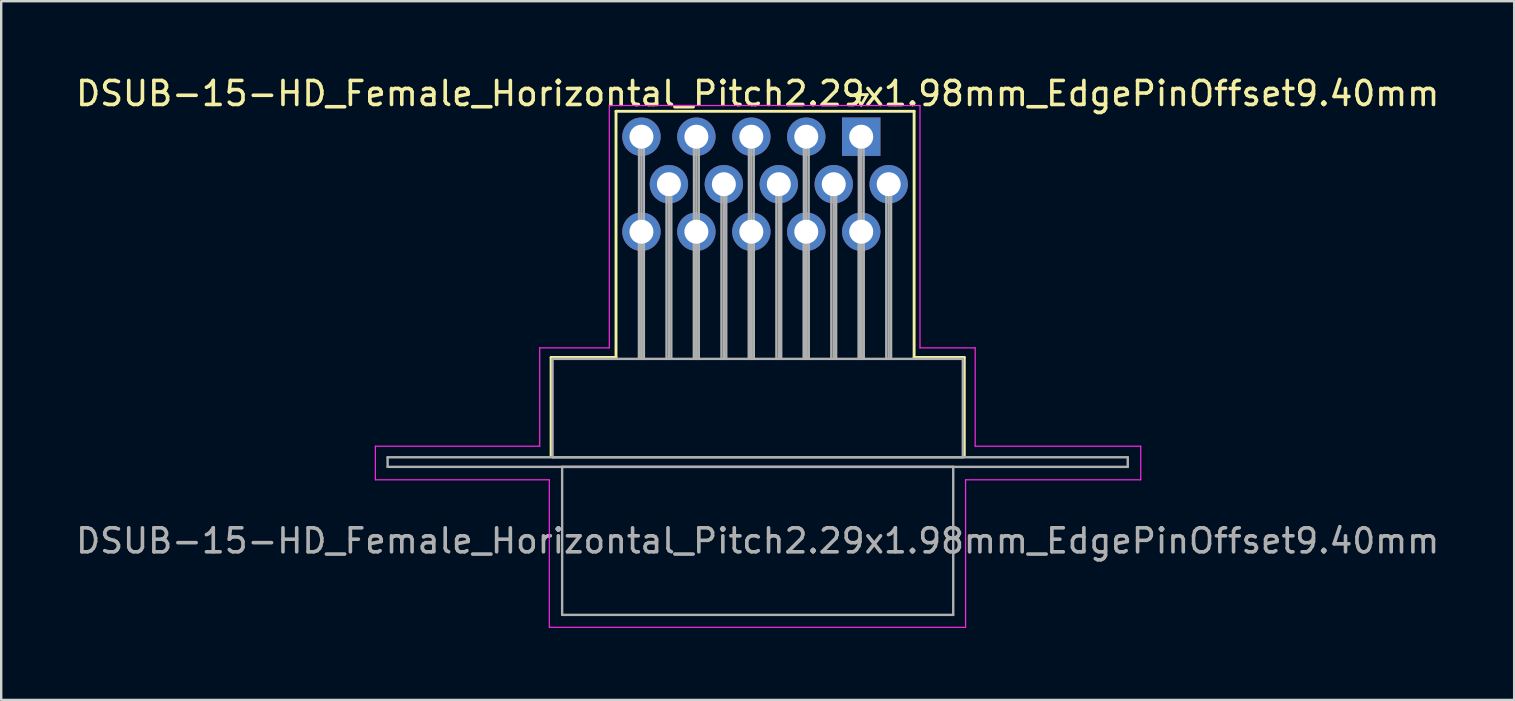
<source format=kicad_pcb>
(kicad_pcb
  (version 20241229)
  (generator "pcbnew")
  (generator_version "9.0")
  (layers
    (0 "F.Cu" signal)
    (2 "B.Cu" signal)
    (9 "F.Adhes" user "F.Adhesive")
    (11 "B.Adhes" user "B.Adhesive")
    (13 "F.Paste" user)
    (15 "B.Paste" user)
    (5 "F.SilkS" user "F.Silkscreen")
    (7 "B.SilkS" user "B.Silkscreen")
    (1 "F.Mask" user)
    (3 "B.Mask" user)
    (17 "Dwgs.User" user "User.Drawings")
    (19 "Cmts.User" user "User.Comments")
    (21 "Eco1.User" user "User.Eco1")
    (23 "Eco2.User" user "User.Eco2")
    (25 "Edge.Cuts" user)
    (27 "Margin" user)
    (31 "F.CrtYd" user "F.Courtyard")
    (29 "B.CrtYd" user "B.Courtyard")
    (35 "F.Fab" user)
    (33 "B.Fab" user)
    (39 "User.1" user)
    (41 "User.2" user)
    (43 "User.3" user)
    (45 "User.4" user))
  (footprint "DSUB-15-HD_Female_Horizontal_Pitch2.29x1.98mm_EdgePinOffset9.40mm"
    (layer "F.Cu")
    (at 32.845 2.648)
    (property "Reference" "DSUB-15-HD_Female_Horizontal_Pitch2.29x1.98mm_EdgePinOffset9.40mm" (at -4.315 -1.8 0) (layer "F.SilkS") (effects (font (size 1 1) (thickness 0.15))))
    (attr through_hole)
    (fp_line (start -12.925 9.2) (end -10.22 9.2) (stroke (width 0.12) (type solid)) (layer "F.SilkS"))
    (fp_line (start -12.925 13.3) (end -12.925 9.2) (stroke (width 0.12) (type solid)) (layer "F.SilkS"))
    (fp_line (start -10.22 -1.06) (end 2.205 -1.06) (stroke (width 0.12) (type solid)) (layer "F.SilkS"))
    (fp_line (start -10.22 9.2) (end -10.22 -1.06) (stroke (width 0.12) (type solid)) (layer "F.SilkS"))
    (fp_line (start -0.25 -1.754) (end 0.25 -1.754) (stroke (width 0.12) (type solid)) (layer "F.SilkS"))
    (fp_line (start 0 -1.321) (end -0.25 -1.754) (stroke (width 0.12) (type solid)) (layer "F.SilkS"))
    (fp_line (start 0.25 -1.754) (end 0 -1.321) (stroke (width 0.12) (type solid)) (layer "F.SilkS"))
    (fp_line (start 2.205 -1.06) (end 2.205 9.2) (stroke (width 0.12) (type solid)) (layer "F.SilkS"))
    (fp_line (start 2.205 9.2) (end 4.295 9.2) (stroke (width 0.12) (type solid)) (layer "F.SilkS"))
    (fp_line (start 4.295 9.2) (end 4.295 13.3) (stroke (width 0.12) (type solid)) (layer "F.SilkS"))
    (fp_line (start -20.25 12.9) (end -13.4 12.9) (stroke (width 0.05) (type solid)) (layer "F.CrtYd"))
    (fp_line (start -20.25 14.3) (end -20.25 12.9) (stroke (width 0.05) (type solid)) (layer "F.CrtYd"))
    (fp_line (start -13.4 8.8) (end -10.5 8.8) (stroke (width 0.05) (type solid)) (layer "F.CrtYd"))
    (fp_line (start -13.4 12.9) (end -13.4 8.8) (stroke (width 0.05) (type solid)) (layer "F.CrtYd"))
    (fp_line (start -13 14.3) (end -20.25 14.3) (stroke (width 0.05) (type solid)) (layer "F.CrtYd"))
    (fp_line (start -13 20.45) (end -13 14.3) (stroke (width 0.05) (type solid)) (layer "F.CrtYd"))
    (fp_line (start -10.5 -1.3) (end 2.45 -1.3) (stroke (width 0.05) (type solid)) (layer "F.CrtYd"))
    (fp_line (start -10.5 8.8) (end -10.5 -1.3) (stroke (width 0.05) (type solid)) (layer "F.CrtYd"))
    (fp_line (start 2.45 -1.3) (end 2.45 8.8) (stroke (width 0.05) (type solid)) (layer "F.CrtYd"))
    (fp_line (start 2.45 8.8) (end 4.75 8.8) (stroke (width 0.05) (type solid)) (layer "F.CrtYd"))
    (fp_line (start 4.35 14.3) (end 4.35 20.45) (stroke (width 0.05) (type solid)) (layer "F.CrtYd"))
    (fp_line (start 4.35 20.45) (end -13 20.45) (stroke (width 0.05) (type solid)) (layer "F.CrtYd"))
    (fp_line (start 4.75 8.8) (end 4.75 12.9) (stroke (width 0.05) (type solid)) (layer "F.CrtYd"))
    (fp_line (start 4.75 12.9) (end 11.65 12.9) (stroke (width 0.05) (type solid)) (layer "F.CrtYd"))
    (fp_line (start 11.65 12.9) (end 11.65 14.3) (stroke (width 0.05) (type solid)) (layer "F.CrtYd"))
    (fp_line (start 11.65 14.3) (end 4.35 14.3) (stroke (width 0.05) (type solid)) (layer "F.CrtYd"))
    (fp_line (start -19.74 13.36) (end -19.74 13.76) (stroke (width 0.1) (type solid)) (layer "F.Fab"))
    (fp_line (start -19.74 13.76) (end 11.11 13.76) (stroke (width 0.1) (type solid)) (layer "F.Fab"))
    (fp_line (start -12.865 9.26) (end -12.865 13.36) (stroke (width 0.1) (type solid)) (layer "F.Fab"))
    (fp_line (start -12.865 13.36) (end 4.235 13.36) (stroke (width 0.1) (type solid)) (layer "F.Fab"))
    (fp_line (start -12.465 13.76) (end -12.465 19.93) (stroke (width 0.1) (type solid)) (layer "F.Fab"))
    (fp_line (start -12.465 19.93) (end 3.835 19.93) (stroke (width 0.1) (type solid)) (layer "F.Fab"))
    (fp_line (start -9.26 0) (end -9.26 9.26) (stroke (width 0.1) (type solid)) (layer "F.Fab"))
    (fp_line (start -9.26 3.96) (end -9.26 9.26) (stroke (width 0.1) (type solid)) (layer "F.Fab"))
    (fp_line (start -9.16 0) (end -9.16 9.26) (stroke (width 0.1) (type solid)) (layer "F.Fab"))
    (fp_line (start -9.16 3.96) (end -9.16 9.26) (stroke (width 0.1) (type solid)) (layer "F.Fab"))
    (fp_line (start -9.06 0) (end -9.06 9.26) (stroke (width 0.1) (type solid)) (layer "F.Fab"))
    (fp_line (start -9.06 3.96) (end -9.06 9.26) (stroke (width 0.1) (type solid)) (layer "F.Fab"))
    (fp_line (start -8.115 1.98) (end -8.115 9.26) (stroke (width 0.1) (type solid)) (layer "F.Fab"))
    (fp_line (start -8.015 1.98) (end -8.015 9.26) (stroke (width 0.1) (type solid)) (layer "F.Fab"))
    (fp_line (start -7.915 1.98) (end -7.915 9.26) (stroke (width 0.1) (type solid)) (layer "F.Fab"))
    (fp_line (start -6.97 0) (end -6.97 9.26) (stroke (width 0.1) (type solid)) (layer "F.Fab"))
    (fp_line (start -6.97 3.96) (end -6.97 9.26) (stroke (width 0.1) (type solid)) (layer "F.Fab"))
    (fp_line (start -6.87 0) (end -6.87 9.26) (stroke (width 0.1) (type solid)) (layer "F.Fab"))
    (fp_line (start -6.87 3.96) (end -6.87 9.26) (stroke (width 0.1) (type solid)) (layer "F.Fab"))
    (fp_line (start -6.77 0) (end -6.77 9.26) (stroke (width 0.1) (type solid)) (layer "F.Fab"))
    (fp_line (start -6.77 3.96) (end -6.77 9.26) (stroke (width 0.1) (type solid)) (layer "F.Fab"))
    (fp_line (start -5.825 1.98) (end -5.825 9.26) (stroke (width 0.1) (type solid)) (layer "F.Fab"))
    (fp_line (start -5.725 1.98) (end -5.725 9.26) (stroke (width 0.1) (type solid)) (layer "F.Fab"))
    (fp_line (start -5.625 1.98) (end -5.625 9.26) (stroke (width 0.1) (type solid)) (layer "F.Fab"))
    (fp_line (start -4.68 0) (end -4.68 9.26) (stroke (width 0.1) (type solid)) (layer "F.Fab"))
    (fp_line (start -4.68 3.96) (end -4.68 9.26) (stroke (width 0.1) (type solid)) (layer "F.Fab"))
    (fp_line (start -4.58 0) (end -4.58 9.26) (stroke (width 0.1) (type solid)) (layer "F.Fab"))
    (fp_line (start -4.58 3.96) (end -4.58 9.26) (stroke (width 0.1) (type solid)) (layer "F.Fab"))
    (fp_line (start -4.48 0) (end -4.48 9.26) (stroke (width 0.1) (type solid)) (layer "F.Fab"))
    (fp_line (start -4.48 3.96) (end -4.48 9.26) (stroke (width 0.1) (type solid)) (layer "F.Fab"))
    (fp_line (start -3.535 1.98) (end -3.535 9.26) (stroke (width 0.1) (type solid)) (layer "F.Fab"))
    (fp_line (start -3.435 1.98) (end -3.435 9.26) (stroke (width 0.1) (type solid)) (layer "F.Fab"))
    (fp_line (start -3.335 1.98) (end -3.335 9.26) (stroke (width 0.1) (type solid)) (layer "F.Fab"))
    (fp_line (start -2.39 0) (end -2.39 9.26) (stroke (width 0.1) (type solid)) (layer "F.Fab"))
    (fp_line (start -2.39 3.96) (end -2.39 9.26) (stroke (width 0.1) (type solid)) (layer "F.Fab"))
    (fp_line (start -2.29 0) (end -2.29 9.26) (stroke (width 0.1) (type solid)) (layer "F.Fab"))
    (fp_line (start -2.29 3.96) (end -2.29 9.26) (stroke (width 0.1) (type solid)) (layer "F.Fab"))
    (fp_line (start -2.19 0) (end -2.19 9.26) (stroke (width 0.1) (type solid)) (layer "F.Fab"))
    (fp_line (start -2.19 3.96) (end -2.19 9.26) (stroke (width 0.1) (type solid)) (layer "F.Fab"))
    (fp_line (start -1.245 1.98) (end -1.245 9.26) (stroke (width 0.1) (type solid)) (layer "F.Fab"))
    (fp_line (start -1.145 1.98) (end -1.145 9.26) (stroke (width 0.1) (type solid)) (layer "F.Fab"))
    (fp_line (start -1.045 1.98) (end -1.045 9.26) (stroke (width 0.1) (type solid)) (layer "F.Fab"))
    (fp_line (start -0.1 0) (end -0.1 9.26) (stroke (width 0.1) (type solid)) (layer "F.Fab"))
    (fp_line (start -0.1 3.96) (end -0.1 9.26) (stroke (width 0.1) (type solid)) (layer "F.Fab"))
    (fp_line (start 0 0) (end 0 9.26) (stroke (width 0.1) (type solid)) (layer "F.Fab"))
    (fp_line (start 0 3.96) (end 0 9.26) (stroke (width 0.1) (type solid)) (layer "F.Fab"))
    (fp_line (start 0.1 0) (end 0.1 9.26) (stroke (width 0.1) (type solid)) (layer "F.Fab"))
    (fp_line (start 0.1 3.96) (end 0.1 9.26) (stroke (width 0.1) (type solid)) (layer "F.Fab"))
    (fp_line (start 1.045 1.98) (end 1.045 9.26) (stroke (width 0.1) (type solid)) (layer "F.Fab"))
    (fp_line (start 1.145 1.98) (end 1.145 9.26) (stroke (width 0.1) (type solid)) (layer "F.Fab"))
    (fp_line (start 1.245 1.98) (end 1.245 9.26) (stroke (width 0.1) (type solid)) (layer "F.Fab"))
    (fp_line (start 3.835 13.76) (end -12.465 13.76) (stroke (width 0.1) (type solid)) (layer "F.Fab"))
    (fp_line (start 3.835 19.93) (end 3.835 13.76) (stroke (width 0.1) (type solid)) (layer "F.Fab"))
    (fp_line (start 4.235 9.26) (end -12.865 9.26) (stroke (width 0.1) (type solid)) (layer "F.Fab"))
    (fp_line (start 4.235 13.36) (end 4.235 9.26) (stroke (width 0.1) (type solid)) (layer "F.Fab"))
    (fp_line (start 11.11 13.36) (end -19.74 13.36) (stroke (width 0.1) (type solid)) (layer "F.Fab"))
    (fp_line (start 11.11 13.76) (end 11.11 13.36) (stroke (width 0.1) (type solid)) (layer "F.Fab"))
    (fp_text user "${REFERENCE}" (at -4.315 16.845 0) (layer "F.Fab") (effects (font (size 1 1) (thickness 0.15))))
    (pad "1" thru_hole rect (at 0 0) (size 1.6 1.6) (drill 1) (layers "*.Cu" "*.Mask"))
    (pad "2" thru_hole circle (at -2.29 0) (size 1.6 1.6) (drill 1) (layers "*.Cu" "*.Mask"))
    (pad "3" thru_hole circle (at -4.58 0) (size 1.6 1.6) (drill 1) (layers "*.Cu" "*.Mask"))
    (pad "4" thru_hole circle (at -6.87 0) (size 1.6 1.6) (drill 1) (layers "*.Cu" "*.Mask"))
    (pad "5" thru_hole circle (at -9.16 0) (size 1.6 1.6) (drill 1) (layers "*.Cu" "*.Mask"))
    (pad "6" thru_hole circle (at 1.145 1.98) (size 1.6 1.6) (drill 1) (layers "*.Cu" "*.Mask"))
    (pad "7" thru_hole circle (at -1.145 1.98) (size 1.6 1.6) (drill 1) (layers "*.Cu" "*.Mask"))
    (pad "8" thru_hole circle (at -3.435 1.98) (size 1.6 1.6) (drill 1) (layers "*.Cu" "*.Mask"))
    (pad "9" thru_hole circle (at -5.725 1.98) (size 1.6 1.6) (drill 1) (layers "*.Cu" "*.Mask"))
    (pad "10" thru_hole circle (at -8.015 1.98) (size 1.6 1.6) (drill 1) (layers "*.Cu" "*.Mask"))
    (pad "11" thru_hole circle (at 0 3.96) (size 1.6 1.6) (drill 1) (layers "*.Cu" "*.Mask"))
    (pad "12" thru_hole circle (at -2.29 3.96) (size 1.6 1.6) (drill 1) (layers "*.Cu" "*.Mask"))
    (pad "13" thru_hole circle (at -4.58 3.96) (size 1.6 1.6) (drill 1) (layers "*.Cu" "*.Mask"))
    (pad "14" thru_hole circle (at -6.87 3.96) (size 1.6 1.6) (drill 1) (layers "*.Cu" "*.Mask"))
    (pad "15" thru_hole circle (at -9.16 3.96) (size 1.6 1.6) (drill 1) (layers "*.Cu" "*.Mask")))
  (gr_rect
    (start -3 -3)
    (end 60.06 26.123)
    (stroke (width 0.1) (type default))
    (fill no)
    (layer "Edge.Cuts")))
</source>
